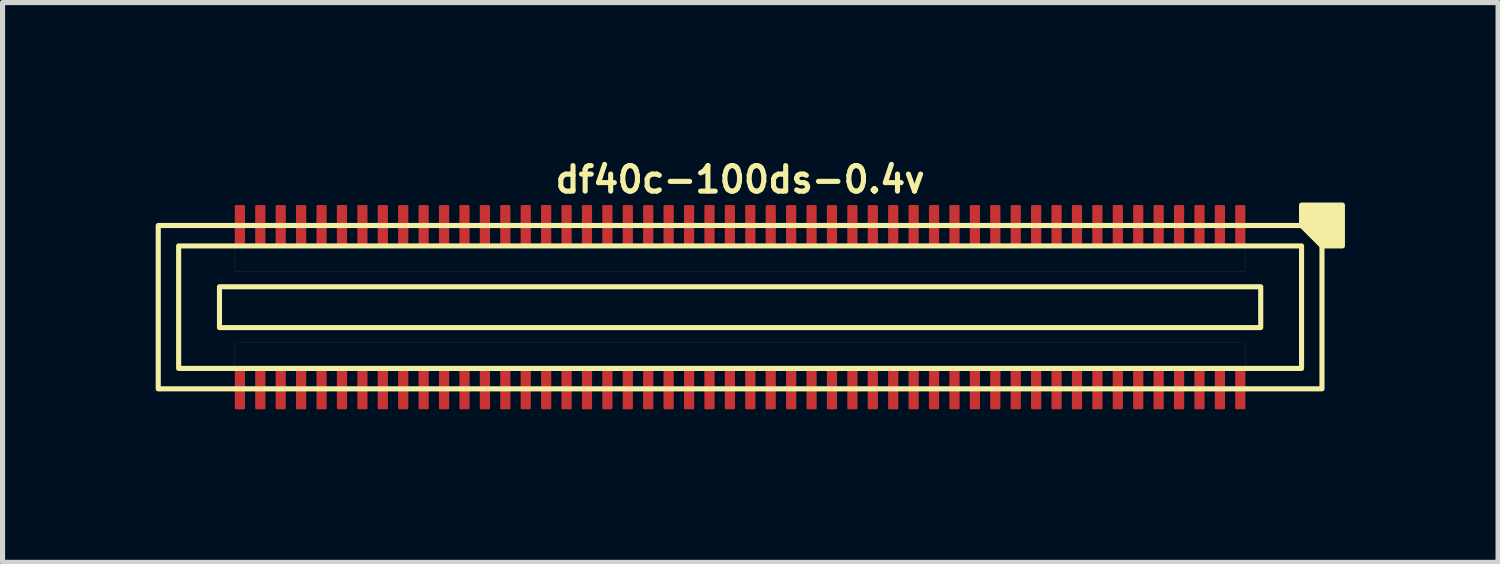
<source format=kicad_pcb>
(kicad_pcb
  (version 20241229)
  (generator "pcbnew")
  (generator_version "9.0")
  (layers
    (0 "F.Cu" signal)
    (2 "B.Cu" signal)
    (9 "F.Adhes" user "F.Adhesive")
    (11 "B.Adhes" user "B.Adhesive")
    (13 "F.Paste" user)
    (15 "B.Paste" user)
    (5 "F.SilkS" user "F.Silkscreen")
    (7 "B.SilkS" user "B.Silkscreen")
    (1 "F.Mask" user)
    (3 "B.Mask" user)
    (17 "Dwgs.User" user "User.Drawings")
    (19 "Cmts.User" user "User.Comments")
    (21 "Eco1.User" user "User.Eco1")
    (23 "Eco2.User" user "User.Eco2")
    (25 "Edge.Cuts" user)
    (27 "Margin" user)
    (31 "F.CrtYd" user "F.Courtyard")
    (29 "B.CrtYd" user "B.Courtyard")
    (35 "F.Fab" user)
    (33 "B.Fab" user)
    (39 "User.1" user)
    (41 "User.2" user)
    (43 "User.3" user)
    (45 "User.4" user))
  (footprint "df40c-100ds-0.4v"
    (layer "F.Cu")
    (at 11.45 2.968)
    (property "Reference" "df40c-100ds-0.4v" (at 0 -2.5 180) (layer "F.SilkS") (effects (font (size 0.5 0.5) (thickness 0.1))))
    (attr smd)
    (fp_rect (start -10.2 -0.4) (end 10.2 0.4) (stroke (width 0.1) (type default)) (fill no) (layer "F.SilkS"))
    (fp_rect (start 11 -1.2) (end -11 1.2) (stroke (width 0.1) (type default)) (fill no) (layer "F.SilkS"))
    (fp_rect (start 11.4 -1.6) (end -11.4 1.6) (stroke (width 0.1) (type default)) (fill no) (layer "F.SilkS"))
    (fp_poly (pts (xy 11 -1.6) (xy 11 -2) (xy 11.8 -2) (xy 11.8 -1.2) (xy 11.4 -1.2)) (stroke (width 0.1) (type solid)) (fill yes) (layer "F.SilkS"))
    (fp_poly (pts (xy -9.9 -1.2) (xy 9.9 -1.2) (xy 9.9 -0.7) (xy -9.9 -0.7)) (stroke (width 0.001) (type solid)) (fill no) (layer "Dwgs.User"))
    (fp_poly (pts (xy -9.9 0.7) (xy 9.9 0.7) (xy 9.9 1.2) (xy -9.9 1.2)) (stroke (width 0.001) (type solid)) (fill no) (layer "Dwgs.User"))
    (pad "1" smd roundrect (at 9.8 -1.6) (size 0.2 0.8) (layers "F.Cu" "F.Mask" "F.Paste") (roundrect_rratio 0.1))
    (pad "2" smd roundrect (at 9.8 1.6) (size 0.2 0.8) (layers "F.Cu" "F.Mask" "F.Paste") (roundrect_rratio 0.1))
    (pad "3" smd roundrect (at 9.4 -1.6) (size 0.2 0.8) (layers "F.Cu" "F.Mask" "F.Paste") (roundrect_rratio 0.1))
    (pad "4" smd roundrect (at 9.4 1.6) (size 0.2 0.8) (layers "F.Cu" "F.Mask" "F.Paste") (roundrect_rratio 0.1))
    (pad "5" smd roundrect (at 9 -1.6) (size 0.2 0.8) (layers "F.Cu" "F.Mask" "F.Paste") (roundrect_rratio 0.1))
    (pad "6" smd roundrect (at 9 1.6) (size 0.2 0.8) (layers "F.Cu" "F.Mask" "F.Paste") (roundrect_rratio 0.1))
    (pad "7" smd roundrect (at 8.6 -1.6) (size 0.2 0.8) (layers "F.Cu" "F.Mask" "F.Paste") (roundrect_rratio 0.1))
    (pad "8" smd roundrect (at 8.6 1.6) (size 0.2 0.8) (layers "F.Cu" "F.Mask" "F.Paste") (roundrect_rratio 0.1))
    (pad "9" smd roundrect (at 8.2 -1.6) (size 0.2 0.8) (layers "F.Cu" "F.Mask" "F.Paste") (roundrect_rratio 0.1))
    (pad "10" smd roundrect (at 8.2 1.6) (size 0.2 0.8) (layers "F.Cu" "F.Mask" "F.Paste") (roundrect_rratio 0.1))
    (pad "11" smd roundrect (at 7.8 -1.6) (size 0.2 0.8) (layers "F.Cu" "F.Mask" "F.Paste") (roundrect_rratio 0.1))
    (pad "12" smd roundrect (at 7.8 1.6) (size 0.2 0.8) (layers "F.Cu" "F.Mask" "F.Paste") (roundrect_rratio 0.1))
    (pad "13" smd roundrect (at 7.4 -1.6) (size 0.2 0.8) (layers "F.Cu" "F.Mask" "F.Paste") (roundrect_rratio 0.1))
    (pad "14" smd roundrect (at 7.4 1.6) (size 0.2 0.8) (layers "F.Cu" "F.Mask" "F.Paste") (roundrect_rratio 0.1))
    (pad "15" smd roundrect (at 7 -1.6) (size 0.2 0.8) (layers "F.Cu" "F.Mask" "F.Paste") (roundrect_rratio 0.1))
    (pad "16" smd roundrect (at 7 1.6) (size 0.2 0.8) (layers "F.Cu" "F.Mask" "F.Paste") (roundrect_rratio 0.1))
    (pad "17" smd roundrect (at 6.6 -1.6) (size 0.2 0.8) (layers "F.Cu" "F.Mask" "F.Paste") (roundrect_rratio 0.1))
    (pad "18" smd roundrect (at 6.6 1.6) (size 0.2 0.8) (layers "F.Cu" "F.Mask" "F.Paste") (roundrect_rratio 0.1))
    (pad "19" smd roundrect (at 6.2 -1.6) (size 0.2 0.8) (layers "F.Cu" "F.Mask" "F.Paste") (roundrect_rratio 0.1))
    (pad "20" smd roundrect (at 6.2 1.6) (size 0.2 0.8) (layers "F.Cu" "F.Mask" "F.Paste") (roundrect_rratio 0.1))
    (pad "21" smd roundrect (at 5.8 -1.6) (size 0.2 0.8) (layers "F.Cu" "F.Mask" "F.Paste") (roundrect_rratio 0.1))
    (pad "22" smd roundrect (at 5.8 1.6) (size 0.2 0.8) (layers "F.Cu" "F.Mask" "F.Paste") (roundrect_rratio 0.1))
    (pad "23" smd roundrect (at 5.4 -1.6) (size 0.2 0.8) (layers "F.Cu" "F.Mask" "F.Paste") (roundrect_rratio 0.1))
    (pad "24" smd roundrect (at 5.4 1.6) (size 0.2 0.8) (layers "F.Cu" "F.Mask" "F.Paste") (roundrect_rratio 0.1))
    (pad "25" smd roundrect (at 5 -1.6) (size 0.2 0.8) (layers "F.Cu" "F.Mask" "F.Paste") (roundrect_rratio 0.1))
    (pad "26" smd roundrect (at 5 1.6) (size 0.2 0.8) (layers "F.Cu" "F.Mask" "F.Paste") (roundrect_rratio 0.1))
    (pad "27" smd roundrect (at 4.6 -1.6) (size 0.2 0.8) (layers "F.Cu" "F.Mask" "F.Paste") (roundrect_rratio 0.1))
    (pad "28" smd roundrect (at 4.6 1.6) (size 0.2 0.8) (layers "F.Cu" "F.Mask" "F.Paste") (roundrect_rratio 0.1))
    (pad "29" smd roundrect (at 4.2 -1.6) (size 0.2 0.8) (layers "F.Cu" "F.Mask" "F.Paste") (roundrect_rratio 0.1))
    (pad "30" smd roundrect (at 4.2 1.6) (size 0.2 0.8) (layers "F.Cu" "F.Mask" "F.Paste") (roundrect_rratio 0.1))
    (pad "31" smd roundrect (at 3.8 -1.6) (size 0.2 0.8) (layers "F.Cu" "F.Mask" "F.Paste") (roundrect_rratio 0.1))
    (pad "32" smd roundrect (at 3.8 1.6) (size 0.2 0.8) (layers "F.Cu" "F.Mask" "F.Paste") (roundrect_rratio 0.1))
    (pad "33" smd roundrect (at 3.4 -1.6) (size 0.2 0.8) (layers "F.Cu" "F.Mask" "F.Paste") (roundrect_rratio 0.1))
    (pad "34" smd roundrect (at 3.4 1.6) (size 0.2 0.8) (layers "F.Cu" "F.Mask" "F.Paste") (roundrect_rratio 0.1))
    (pad "35" smd roundrect (at 3 -1.6) (size 0.2 0.8) (layers "F.Cu" "F.Mask" "F.Paste") (roundrect_rratio 0.1))
    (pad "36" smd roundrect (at 3 1.6) (size 0.2 0.8) (layers "F.Cu" "F.Mask" "F.Paste") (roundrect_rratio 0.1))
    (pad "37" smd roundrect (at 2.6 -1.6) (size 0.2 0.8) (layers "F.Cu" "F.Mask" "F.Paste") (roundrect_rratio 0.1))
    (pad "38" smd roundrect (at 2.6 1.6) (size 0.2 0.8) (layers "F.Cu" "F.Mask" "F.Paste") (roundrect_rratio 0.1))
    (pad "39" smd roundrect (at 2.2 -1.6) (size 0.2 0.8) (layers "F.Cu" "F.Mask" "F.Paste") (roundrect_rratio 0.1))
    (pad "40" smd roundrect (at 2.2 1.6) (size 0.2 0.8) (layers "F.Cu" "F.Mask" "F.Paste") (roundrect_rratio 0.1))
    (pad "41" smd roundrect (at 1.8 -1.6) (size 0.2 0.8) (layers "F.Cu" "F.Mask" "F.Paste") (roundrect_rratio 0.1))
    (pad "42" smd roundrect (at 1.8 1.6) (size 0.2 0.8) (layers "F.Cu" "F.Mask" "F.Paste") (roundrect_rratio 0.1))
    (pad "43" smd roundrect (at 1.4 -1.6) (size 0.2 0.8) (layers "F.Cu" "F.Mask" "F.Paste") (roundrect_rratio 0.1))
    (pad "44" smd roundrect (at 1.4 1.6) (size 0.2 0.8) (layers "F.Cu" "F.Mask" "F.Paste") (roundrect_rratio 0.1))
    (pad "45" smd roundrect (at 1 -1.6) (size 0.2 0.8) (layers "F.Cu" "F.Mask" "F.Paste") (roundrect_rratio 0.1))
    (pad "46" smd roundrect (at 1 1.6) (size 0.2 0.8) (layers "F.Cu" "F.Mask" "F.Paste") (roundrect_rratio 0.1))
    (pad "47" smd roundrect (at 0.6 -1.6) (size 0.2 0.8) (layers "F.Cu" "F.Mask" "F.Paste") (roundrect_rratio 0.1))
    (pad "48" smd roundrect (at 0.6 1.6) (size 0.2 0.8) (layers "F.Cu" "F.Mask" "F.Paste") (roundrect_rratio 0.1))
    (pad "49" smd roundrect (at 0.2 -1.6) (size 0.2 0.8) (layers "F.Cu" "F.Mask" "F.Paste") (roundrect_rratio 0.1))
    (pad "50" smd roundrect (at 0.2 1.6) (size 0.2 0.8) (layers "F.Cu" "F.Mask" "F.Paste") (roundrect_rratio 0.1))
    (pad "51" smd roundrect (at -0.2 -1.6) (size 0.2 0.8) (layers "F.Cu" "F.Mask" "F.Paste") (roundrect_rratio 0.1))
    (pad "52" smd roundrect (at -0.2 1.6) (size 0.2 0.8) (layers "F.Cu" "F.Mask" "F.Paste") (roundrect_rratio 0.1))
    (pad "53" smd roundrect (at -0.6 -1.6) (size 0.2 0.8) (layers "F.Cu" "F.Mask" "F.Paste") (roundrect_rratio 0.1))
    (pad "54" smd roundrect (at -0.6 1.6) (size 0.2 0.8) (layers "F.Cu" "F.Mask" "F.Paste") (roundrect_rratio 0.1))
    (pad "55" smd roundrect (at -1 -1.6) (size 0.2 0.8) (layers "F.Cu" "F.Mask" "F.Paste") (roundrect_rratio 0.1))
    (pad "56" smd roundrect (at -1 1.6) (size 0.2 0.8) (layers "F.Cu" "F.Mask" "F.Paste") (roundrect_rratio 0.1))
    (pad "57" smd roundrect (at -1.4 -1.6) (size 0.2 0.8) (layers "F.Cu" "F.Mask" "F.Paste") (roundrect_rratio 0.1))
    (pad "58" smd roundrect (at -1.4 1.6) (size 0.2 0.8) (layers "F.Cu" "F.Mask" "F.Paste") (roundrect_rratio 0.1))
    (pad "59" smd roundrect (at -1.8 -1.6) (size 0.2 0.8) (layers "F.Cu" "F.Mask" "F.Paste") (roundrect_rratio 0.1))
    (pad "60" smd roundrect (at -1.8 1.6) (size 0.2 0.8) (layers "F.Cu" "F.Mask" "F.Paste") (roundrect_rratio 0.1))
    (pad "61" smd roundrect (at -2.2 -1.6) (size 0.2 0.8) (layers "F.Cu" "F.Mask" "F.Paste") (roundrect_rratio 0.1))
    (pad "62" smd roundrect (at -2.2 1.6) (size 0.2 0.8) (layers "F.Cu" "F.Mask" "F.Paste") (roundrect_rratio 0.1))
    (pad "63" smd roundrect (at -2.6 -1.6) (size 0.2 0.8) (layers "F.Cu" "F.Mask" "F.Paste") (roundrect_rratio 0.1))
    (pad "64" smd roundrect (at -2.6 1.6) (size 0.2 0.8) (layers "F.Cu" "F.Mask" "F.Paste") (roundrect_rratio 0.1))
    (pad "65" smd roundrect (at -3 -1.6) (size 0.2 0.8) (layers "F.Cu" "F.Mask" "F.Paste") (roundrect_rratio 0.1))
    (pad "66" smd roundrect (at -3 1.6) (size 0.2 0.8) (layers "F.Cu" "F.Mask" "F.Paste") (roundrect_rratio 0.1))
    (pad "67" smd roundrect (at -3.4 -1.6) (size 0.2 0.8) (layers "F.Cu" "F.Mask" "F.Paste") (roundrect_rratio 0.1))
    (pad "68" smd roundrect (at -3.4 1.6) (size 0.2 0.8) (layers "F.Cu" "F.Mask" "F.Paste") (roundrect_rratio 0.1))
    (pad "69" smd roundrect (at -3.8 -1.6) (size 0.2 0.8) (layers "F.Cu" "F.Mask" "F.Paste") (roundrect_rratio 0.1))
    (pad "70" smd roundrect (at -3.8 1.6) (size 0.2 0.8) (layers "F.Cu" "F.Mask" "F.Paste") (roundrect_rratio 0.1))
    (pad "71" smd roundrect (at -4.2 -1.6) (size 0.2 0.8) (layers "F.Cu" "F.Mask" "F.Paste") (roundrect_rratio 0.1))
    (pad "72" smd roundrect (at -4.2 1.6) (size 0.2 0.8) (layers "F.Cu" "F.Mask" "F.Paste") (roundrect_rratio 0.1))
    (pad "73" smd roundrect (at -4.6 -1.6) (size 0.2 0.8) (layers "F.Cu" "F.Mask" "F.Paste") (roundrect_rratio 0.1))
    (pad "74" smd roundrect (at -4.6 1.6) (size 0.2 0.8) (layers "F.Cu" "F.Mask" "F.Paste") (roundrect_rratio 0.1))
    (pad "75" smd roundrect (at -5 -1.6) (size 0.2 0.8) (layers "F.Cu" "F.Mask" "F.Paste") (roundrect_rratio 0.1))
    (pad "76" smd roundrect (at -5 1.6) (size 0.2 0.8) (layers "F.Cu" "F.Mask" "F.Paste") (roundrect_rratio 0.1))
    (pad "77" smd roundrect (at -5.4 -1.6) (size 0.2 0.8) (layers "F.Cu" "F.Mask" "F.Paste") (roundrect_rratio 0.1))
    (pad "78" smd roundrect (at -5.4 1.6) (size 0.2 0.8) (layers "F.Cu" "F.Mask" "F.Paste") (roundrect_rratio 0.1))
    (pad "79" smd roundrect (at -5.8 -1.6) (size 0.2 0.8) (layers "F.Cu" "F.Mask" "F.Paste") (roundrect_rratio 0.1))
    (pad "80" smd roundrect (at -5.8 1.6) (size 0.2 0.8) (layers "F.Cu" "F.Mask" "F.Paste") (roundrect_rratio 0.1))
    (pad "81" smd roundrect (at -6.2 -1.6) (size 0.2 0.8) (layers "F.Cu" "F.Mask" "F.Paste") (roundrect_rratio 0.1))
    (pad "82" smd roundrect (at -6.2 1.6) (size 0.2 0.8) (layers "F.Cu" "F.Mask" "F.Paste") (roundrect_rratio 0.1))
    (pad "83" smd roundrect (at -6.6 -1.6) (size 0.2 0.8) (layers "F.Cu" "F.Mask" "F.Paste") (roundrect_rratio 0.1))
    (pad "84" smd roundrect (at -6.6 1.6) (size 0.2 0.8) (layers "F.Cu" "F.Mask" "F.Paste") (roundrect_rratio 0.1))
    (pad "85" smd roundrect (at -7 -1.6) (size 0.2 0.8) (layers "F.Cu" "F.Mask" "F.Paste") (roundrect_rratio 0.1))
    (pad "86" smd roundrect (at -7 1.6) (size 0.2 0.8) (layers "F.Cu" "F.Mask" "F.Paste") (roundrect_rratio 0.1))
    (pad "87" smd roundrect (at -7.4 -1.6) (size 0.2 0.8) (layers "F.Cu" "F.Mask" "F.Paste") (roundrect_rratio 0.1))
    (pad "88" smd roundrect (at -7.4 1.6) (size 0.2 0.8) (layers "F.Cu" "F.Mask" "F.Paste") (roundrect_rratio 0.1))
    (pad "89" smd roundrect (at -7.8 -1.6) (size 0.2 0.8) (layers "F.Cu" "F.Mask" "F.Paste") (roundrect_rratio 0.1))
    (pad "90" smd roundrect (at -7.8 1.6) (size 0.2 0.8) (layers "F.Cu" "F.Mask" "F.Paste") (roundrect_rratio 0.1))
    (pad "91" smd roundrect (at -8.2 -1.6) (size 0.2 0.8) (layers "F.Cu" "F.Mask" "F.Paste") (roundrect_rratio 0.1))
    (pad "92" smd roundrect (at -8.2 1.6) (size 0.2 0.8) (layers "F.Cu" "F.Mask" "F.Paste") (roundrect_rratio 0.1))
    (pad "93" smd roundrect (at -8.6 -1.6) (size 0.2 0.8) (layers "F.Cu" "F.Mask" "F.Paste") (roundrect_rratio 0.1))
    (pad "94" smd roundrect (at -8.6 1.6) (size 0.2 0.8) (layers "F.Cu" "F.Mask" "F.Paste") (roundrect_rratio 0.1))
    (pad "95" smd roundrect (at -9 -1.6) (size 0.2 0.8) (layers "F.Cu" "F.Mask" "F.Paste") (roundrect_rratio 0.1))
    (pad "96" smd roundrect (at -9 1.6) (size 0.2 0.8) (layers "F.Cu" "F.Mask" "F.Paste") (roundrect_rratio 0.1))
    (pad "97" smd roundrect (at -9.4 -1.6) (size 0.2 0.8) (layers "F.Cu" "F.Mask" "F.Paste") (roundrect_rratio 0.1))
    (pad "98" smd roundrect (at -9.4 1.6) (size 0.2 0.8) (layers "F.Cu" "F.Mask" "F.Paste") (roundrect_rratio 0.1))
    (pad "99" smd roundrect (at -9.8 -1.6) (size 0.2 0.8) (layers "F.Cu" "F.Mask" "F.Paste") (roundrect_rratio 0.1))
    (pad "100" smd roundrect (at -9.8 1.6) (size 0.2 0.8) (layers "F.Cu" "F.Mask" "F.Paste") (roundrect_rratio 0.1)))
  (gr_rect
    (start -3 -3)
    (end 26.3 7.968)
    (stroke (width 0.1) (type default))
    (fill no)
    (layer "Edge.Cuts")))
</source>
